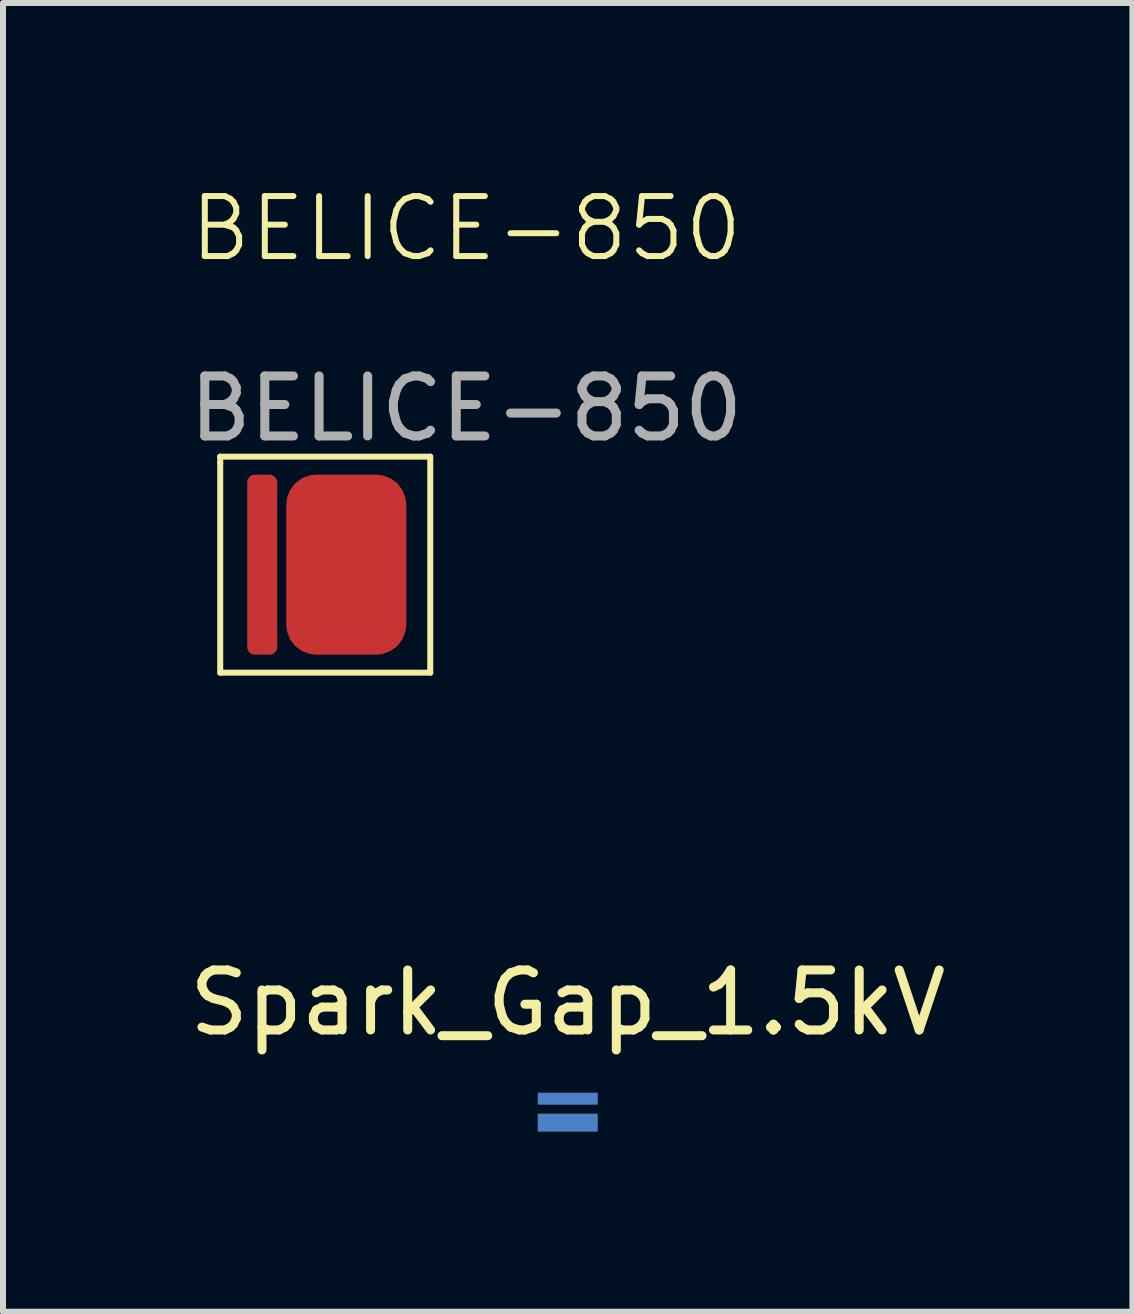
<source format=kicad_pcb>
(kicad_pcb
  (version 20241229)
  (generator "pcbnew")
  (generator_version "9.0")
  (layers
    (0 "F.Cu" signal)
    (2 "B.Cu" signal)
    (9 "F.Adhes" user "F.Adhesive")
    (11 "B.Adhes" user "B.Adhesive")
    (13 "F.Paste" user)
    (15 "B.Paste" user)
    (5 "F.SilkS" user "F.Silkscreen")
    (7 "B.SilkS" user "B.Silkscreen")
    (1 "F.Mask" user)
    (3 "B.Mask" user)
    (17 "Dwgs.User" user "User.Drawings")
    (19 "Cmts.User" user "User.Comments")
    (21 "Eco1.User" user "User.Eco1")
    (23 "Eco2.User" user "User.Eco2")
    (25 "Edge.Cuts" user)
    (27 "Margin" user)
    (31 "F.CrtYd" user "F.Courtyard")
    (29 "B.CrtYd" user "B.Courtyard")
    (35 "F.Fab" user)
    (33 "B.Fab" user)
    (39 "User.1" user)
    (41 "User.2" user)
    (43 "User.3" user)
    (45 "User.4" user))
  (footprint "BELICE-850"
    (layer "F.Cu")
    (at 4.72 9.56)
    (property "Reference" "BELICE-850" (at 0 -8.8 0) (unlocked yes) (layer "F.SilkS") (effects (font (size 1 1) (thickness 0.1))))
    (attr smd)
    (fp_line (start -4.1 -5) (end -4.1 -4.9) (stroke (width 0.1) (type default)) (layer "F.SilkS"))
    (fp_line (start -4.1 -4.9) (end -4.1 -1.4) (stroke (width 0.1) (type default)) (layer "F.SilkS"))
    (fp_line (start -4.1 -1.4) (end -0.6 -1.4) (stroke (width 0.1) (type default)) (layer "F.SilkS"))
    (fp_line (start -0.6 -5) (end -4.1 -5) (stroke (width 0.1) (type default)) (layer "F.SilkS"))
    (fp_line (start -0.6 -1.4) (end -0.6 -5) (stroke (width 0.1) (type default)) (layer "F.SilkS"))
    (fp_text user "${REFERENCE}" (at 0 -5.8 0) (unlocked yes) (layer "F.Fab") (effects (font (size 1 1) (thickness 0.15))))
    (pad "1" smd roundrect (at -2 -3.2) (size 2 3) (layers "F.Cu" "F.Mask" "F.Paste") (roundrect_rratio 0.25))
    (pad "2" smd roundrect (at -3.4 -3.2) (size 0.5 3) (layers "F.Cu" "F.Mask" "F.Paste") (roundrect_rratio 0.25)))
  (footprint "Spark_Gap_1.5kV"
    (layer "F.Cu")
    (at 6.411 13.159)
    (property "Reference" "Spark_Gap_1.5kV" (at 0 0.5 0) (layer "F.SilkS") (effects (font (size 1 1) (thickness 0.15))))
    (attr through_hole)
    (pad "1" smd rect (at 0 2.5) (size 1 0.3) (layers "B.Cu" "B.Mask" "B.Paste"))
    (pad "2" smd rect (at 0 2.1) (size 1 0.2) (layers "B.Cu" "B.Mask" "B.Paste")))
  (gr_rect
    (start -3 -3)
    (end 15.821 18.809)
    (stroke (width 0.1) (type default))
    (fill no)
    (layer "Edge.Cuts")))
</source>
